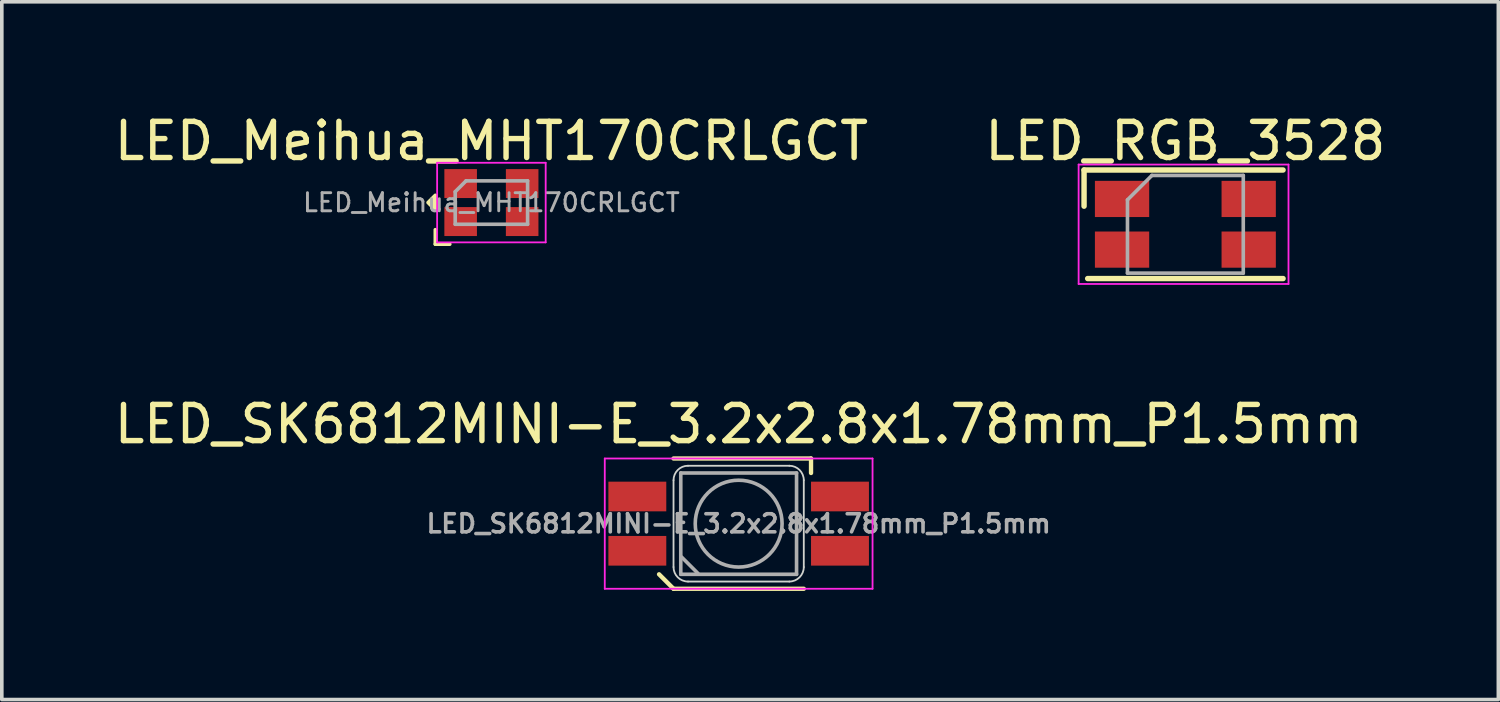
<source format=kicad_pcb>
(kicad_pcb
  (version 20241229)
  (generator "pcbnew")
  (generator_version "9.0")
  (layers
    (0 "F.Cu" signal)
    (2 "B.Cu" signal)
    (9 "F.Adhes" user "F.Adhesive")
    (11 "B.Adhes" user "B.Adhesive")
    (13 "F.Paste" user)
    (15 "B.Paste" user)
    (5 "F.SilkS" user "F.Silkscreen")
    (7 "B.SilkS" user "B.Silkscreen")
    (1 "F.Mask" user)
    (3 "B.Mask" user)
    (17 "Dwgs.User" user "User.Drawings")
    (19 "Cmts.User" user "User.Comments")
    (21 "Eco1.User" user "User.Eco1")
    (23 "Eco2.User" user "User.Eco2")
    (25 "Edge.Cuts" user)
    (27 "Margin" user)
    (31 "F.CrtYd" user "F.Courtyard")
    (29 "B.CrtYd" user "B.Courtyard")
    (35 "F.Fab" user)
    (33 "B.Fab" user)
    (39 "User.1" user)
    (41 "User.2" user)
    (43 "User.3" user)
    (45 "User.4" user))
  (footprint "LED_Meihua_MHT170CRLGCT"
    (layer "F.Cu")
    (at 10.53 2.548)
    (property "Reference" "LED_Meihua_MHT170CRLGCT" (at 0 -1.7 0) (layer "F.SilkS") (effects (font (size 1 1) (thickness 0.15))))
    (attr smd)
    (fp_line (start -1.55 0.75) (end -1.55 1.15) (stroke (width 0.1) (type solid)) (layer "F.SilkS"))
    (fp_line (start -1.15 1.15) (end -1.55 1.15) (stroke (width 0.1) (type solid)) (layer "F.SilkS"))
    (fp_poly (pts (xy -1.75 0) (xy -1.55 -0.2) (xy -1.55 0.2)) (stroke (width 0.1) (type solid)) (fill yes) (layer "F.SilkS"))
    (fp_line (start -1.5 -1.1) (end 1.5 -1.1) (stroke (width 0.05) (type solid)) (layer "F.CrtYd"))
    (fp_line (start -1.5 1.1) (end -1.5 -1.1) (stroke (width 0.05) (type solid)) (layer "F.CrtYd"))
    (fp_line (start 1.5 -1.1) (end 1.5 1.1) (stroke (width 0.05) (type solid)) (layer "F.CrtYd"))
    (fp_line (start 1.5 1.1) (end -1.5 1.1) (stroke (width 0.05) (type solid)) (layer "F.CrtYd"))
    (fp_line (start -1 -0.3) (end -1 0.6) (stroke (width 0.1) (type solid)) (layer "F.Fab"))
    (fp_line (start -1 0.6) (end 1 0.6) (stroke (width 0.1) (type solid)) (layer "F.Fab"))
    (fp_line (start -0.7 -0.6) (end -1 -0.3) (stroke (width 0.1) (type solid)) (layer "F.Fab"))
    (fp_line (start 1 -0.6) (end -0.7 -0.6) (stroke (width 0.1) (type solid)) (layer "F.Fab"))
    (fp_line (start 1 0.6) (end 1 -0.6) (stroke (width 0.1) (type solid)) (layer "F.Fab"))
    (fp_text user "${REFERENCE}" (at 0 0 0) (layer "F.Fab") (effects (font (size 0.5 0.5) (thickness 0.08))))
    (pad "1" smd rect (at -0.85 0.525) (size 0.9 0.8) (layers "F.Cu" "F.Mask" "F.Paste"))
    (pad "2" smd rect (at -0.85 -0.525) (size 0.9 0.8) (layers "F.Cu" "F.Mask" "F.Paste"))
    (pad "3" smd rect (at 0.85 -0.525) (size 0.9 0.8) (layers "F.Cu" "F.Mask" "F.Paste"))
    (pad "4" smd rect (at 0.85 0.525) (size 0.9 0.8) (layers "F.Cu" "F.Mask" "F.Paste")))
  (footprint "LED_RGB_3528"
    (layer "F.Cu")
    (at 29.708 3.148)
    (property "Reference" "LED_RGB_3528" (at 0 -2.3 0) (layer "F.SilkS") (effects (font (size 1 1) (thickness 0.15))))
    (attr smd)
    (fp_line (start -2.8 -0.5) (end -2.8 -1.5) (stroke (width 0.15) (type solid)) (layer "F.SilkS"))
    (fp_line (start 2.7 -1.5) (end -2.8 -1.5) (stroke (width 0.15) (type solid)) (layer "F.SilkS"))
    (fp_line (start 2.7 1.5) (end -2.7 1.5) (stroke (width 0.15) (type solid)) (layer "F.SilkS"))
    (fp_line (start -2.95 -1.65) (end -2.95 1.65) (stroke (width 0.05) (type solid)) (layer "F.CrtYd"))
    (fp_line (start -2.95 1.65) (end 2.85 1.65) (stroke (width 0.05) (type solid)) (layer "F.CrtYd"))
    (fp_line (start 2.85 -1.65) (end -2.95 -1.65) (stroke (width 0.05) (type solid)) (layer "F.CrtYd"))
    (fp_line (start 2.85 1.65) (end 2.85 -1.65) (stroke (width 0.05) (type solid)) (layer "F.CrtYd"))
    (fp_line (start -1.6 -0.675) (end -0.925 -1.35) (stroke (width 0.1) (type solid)) (layer "F.Fab"))
    (fp_line (start -1.6 1.35) (end -1.6 -0.675) (stroke (width 0.1) (type solid)) (layer "F.Fab"))
    (fp_line (start -0.925 -1.35) (end 1.6 -1.35) (stroke (width 0.1) (type solid)) (layer "F.Fab"))
    (fp_line (start 1.6 -1.35) (end 1.6 1.35) (stroke (width 0.1) (type solid)) (layer "F.Fab"))
    (fp_line (start 1.6 1.35) (end -1.6 1.35) (stroke (width 0.1) (type solid)) (layer "F.Fab"))
    (pad "1" smd rect (at -1.75 -0.7 180) (size 1.5 1) (layers "F.Cu" "F.Mask" "F.Paste"))
    (pad "2" smd rect (at -1.75 0.7 180) (size 1.5 1) (layers "F.Cu" "F.Mask" "F.Paste"))
    (pad "3" smd rect (at 1.75 0.7 180) (size 1.5 1) (layers "F.Cu" "F.Mask" "F.Paste"))
    (pad "4" smd rect (at 1.75 -0.7 180) (size 1.5 1) (layers "F.Cu" "F.Mask" "F.Paste")))
  (footprint "LED_SK6812MINI-E_3.2x2.8x1.78mm_P1.5mm"
    (layer "F.Cu")
    (at 17.363 11.421)
    (property "Reference" "LED_SK6812MINI-E_3.2x2.8x1.78mm_P1.5mm" (at 0 -2.75 0) (layer "F.SilkS") (effects (font (size 1 1) (thickness 0.15))))
    (attr smd)
    (fp_line (start -1.8 -1.8) (end 2 -1.8) (stroke (width 0.12) (type solid)) (layer "F.SilkS"))
    (fp_line (start -1.8 1.8) (end -2.2 1.4) (stroke (width 0.12) (type default)) (layer "F.SilkS"))
    (fp_line (start -1.8 1.8) (end 1.8 1.8) (stroke (width 0.12) (type solid)) (layer "F.SilkS"))
    (fp_line (start 2 -1.4) (end 2 -1.8) (stroke (width 0.12) (type solid)) (layer "F.SilkS"))
    (fp_line (start -1.8 -1.2) (end -1.8 1.2) (stroke (width 0.05) (type default)) (layer "Edge.Cuts"))
    (fp_line (start -1.4 -1.6) (end 1.4 -1.6) (stroke (width 0.05) (type default)) (layer "Edge.Cuts"))
    (fp_line (start -1.4 1.6) (end 1.4 1.6) (stroke (width 0.05) (type default)) (layer "Edge.Cuts"))
    (fp_line (start 1.8 -1.2) (end 1.8 1.2) (stroke (width 0.05) (type default)) (layer "Edge.Cuts"))
    (fp_arc (start -1.8 -1.2) (mid -1.682843 -1.482843) (end -1.4 -1.6) (stroke (width 0.05) (type default)) (layer "Edge.Cuts"))
    (fp_arc (start -1.4 1.6) (mid -1.682843 1.482843) (end -1.8 1.2) (stroke (width 0.05) (type default)) (layer "Edge.Cuts"))
    (fp_arc (start 1.4 -1.6) (mid 1.682843 -1.482843) (end 1.8 -1.2) (stroke (width 0.05) (type default)) (layer "Edge.Cuts"))
    (fp_arc (start 1.8 1.2) (mid 1.682843 1.482843) (end 1.4 1.6) (stroke (width 0.05) (type default)) (layer "Edge.Cuts"))
    (fp_line (start -3.7 -1.8) (end -3.7 1.8) (stroke (width 0.05) (type solid)) (layer "F.CrtYd"))
    (fp_line (start -3.7 1.8) (end 3.7 1.8) (stroke (width 0.05) (type solid)) (layer "F.CrtYd"))
    (fp_line (start 3.7 -1.8) (end -3.7 -1.8) (stroke (width 0.05) (type solid)) (layer "F.CrtYd"))
    (fp_line (start 3.7 1.8) (end 3.7 -1.8) (stroke (width 0.05) (type solid)) (layer "F.CrtYd"))
    (fp_line (start -1.6 -1.4) (end -1.6 1.4) (stroke (width 0.1) (type solid)) (layer "F.Fab"))
    (fp_line (start -1.6 1.4) (end 1.6 1.4) (stroke (width 0.1) (type solid)) (layer "F.Fab"))
    (fp_line (start -1.125 1.375) (end -1.575 0.925) (stroke (width 0.1) (type solid)) (layer "F.Fab"))
    (fp_line (start 1.6 -1.4) (end -1.6 -1.4) (stroke (width 0.1) (type solid)) (layer "F.Fab"))
    (fp_line (start 1.6 1.4) (end 1.6 -1.4) (stroke (width 0.1) (type solid)) (layer "F.Fab"))
    (fp_circle (center 0 0) (end 1.2 0) (stroke (width 0.1) (type solid)) (fill no) (layer "F.Fab"))
    (fp_text user "${REFERENCE}" (at 0 0 0) (layer "F.Fab") (effects (font (size 0.5 0.5) (thickness 0.1))))
    (pad "1" smd rect (at 2.8 -0.75) (size 1.6 0.82) (layers "F.Cu" "F.Mask" "F.Paste"))
    (pad "2" smd rect (at 2.8 0.75) (size 1.6 0.82) (layers "F.Cu" "F.Mask" "F.Paste"))
    (pad "3" smd rect (at -2.8 0.75) (size 1.6 0.82) (layers "F.Cu" "F.Mask" "F.Paste"))
    (pad "4" smd rect (at -2.8 -0.75) (size 1.6 0.82) (layers "F.Cu" "F.Mask" "F.Paste")))
  (gr_rect
    (start -3 -3)
    (end 38.357 16.282)
    (stroke (width 0.1) (type default))
    (fill no)
    (layer "Edge.Cuts")))
</source>
